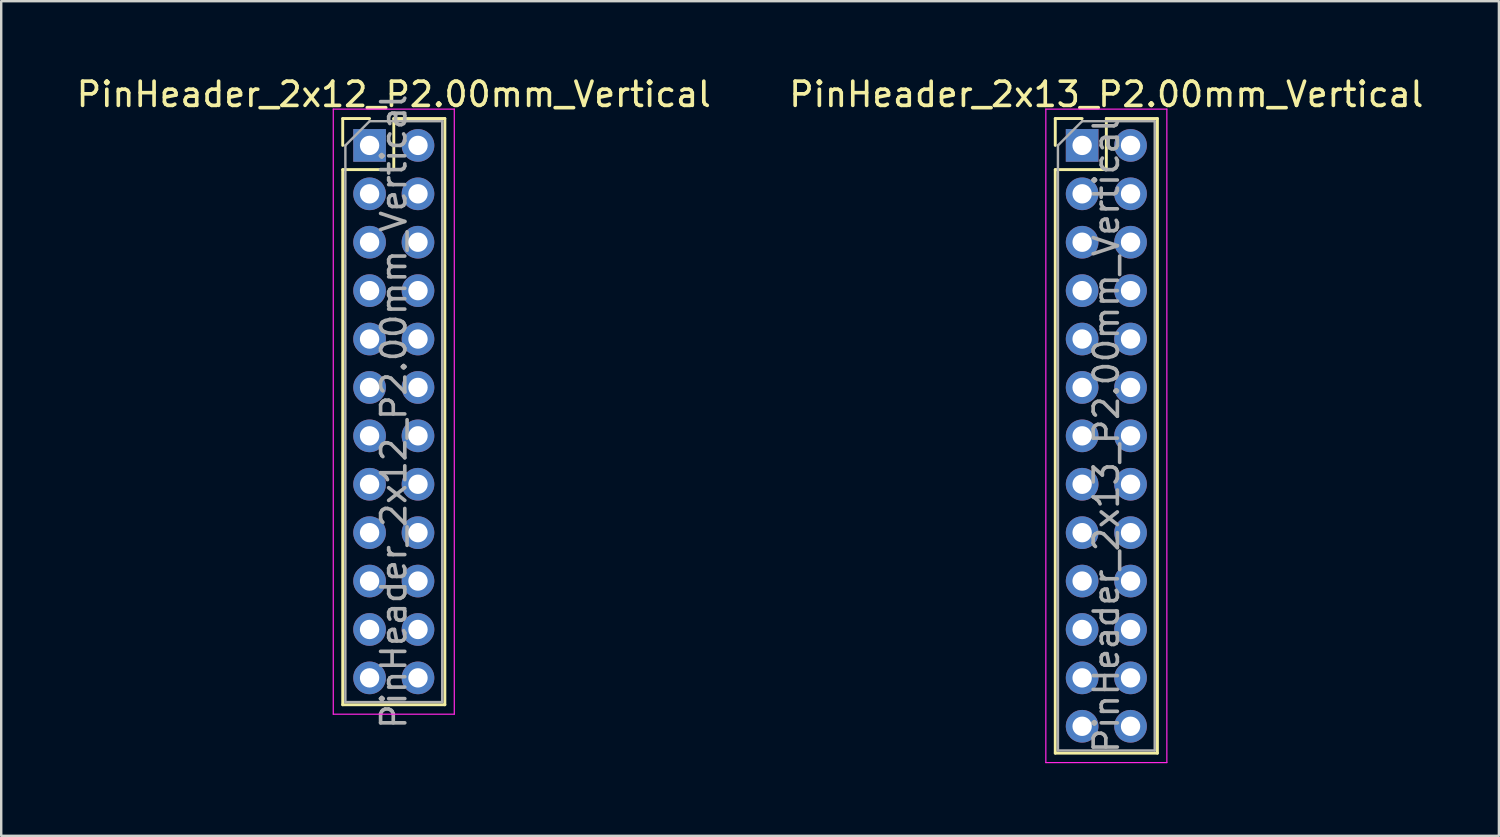
<source format=kicad_pcb>
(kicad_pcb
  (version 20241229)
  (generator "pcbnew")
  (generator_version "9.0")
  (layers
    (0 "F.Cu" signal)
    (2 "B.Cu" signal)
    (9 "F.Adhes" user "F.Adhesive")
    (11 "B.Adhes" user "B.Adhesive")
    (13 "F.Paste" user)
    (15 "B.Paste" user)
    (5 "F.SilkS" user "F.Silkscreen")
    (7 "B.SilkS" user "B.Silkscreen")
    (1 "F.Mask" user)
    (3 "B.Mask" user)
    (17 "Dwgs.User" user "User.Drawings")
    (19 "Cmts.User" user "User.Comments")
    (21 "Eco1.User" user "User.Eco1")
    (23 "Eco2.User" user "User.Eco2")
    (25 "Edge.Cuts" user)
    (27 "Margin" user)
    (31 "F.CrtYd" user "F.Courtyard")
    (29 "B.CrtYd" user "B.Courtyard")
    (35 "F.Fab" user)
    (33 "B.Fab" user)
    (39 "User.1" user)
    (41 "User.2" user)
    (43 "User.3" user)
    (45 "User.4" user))
  (footprint "PinHeader_2x12_P2.00mm_Vertical"
    (layer "F.Cu")
    (at 12.22 2.958)
    (property "Reference" "PinHeader_2x12_P2.00mm_Vertical" (at 1 -2.11 0) (layer "F.SilkS") (effects (font (size 1 1) (thickness 0.15))))
    (attr through_hole)
    (fp_line (start -1.11 -1.11) (end 0 -1.11) (stroke (width 0.12) (type solid)) (layer "F.SilkS"))
    (fp_line (start -1.11 0) (end -1.11 -1.11) (stroke (width 0.12) (type solid)) (layer "F.SilkS"))
    (fp_line (start -1.11 1) (end -1.11 23.11) (stroke (width 0.12) (type solid)) (layer "F.SilkS"))
    (fp_line (start -1.11 1) (end 1 1) (stroke (width 0.12) (type solid)) (layer "F.SilkS"))
    (fp_line (start -1.11 23.11) (end 3.11 23.11) (stroke (width 0.12) (type solid)) (layer "F.SilkS"))
    (fp_line (start 1 -1.11) (end 3.11 -1.11) (stroke (width 0.12) (type solid)) (layer "F.SilkS"))
    (fp_line (start 1 1) (end 1 -1.11) (stroke (width 0.12) (type solid)) (layer "F.SilkS"))
    (fp_line (start 3.11 -1.11) (end 3.11 23.11) (stroke (width 0.12) (type solid)) (layer "F.SilkS"))
    (fp_line (start -1.5 -1.5) (end -1.5 23.5) (stroke (width 0.05) (type solid)) (layer "F.CrtYd"))
    (fp_line (start -1.5 23.5) (end 3.5 23.5) (stroke (width 0.05) (type solid)) (layer "F.CrtYd"))
    (fp_line (start 3.5 -1.5) (end -1.5 -1.5) (stroke (width 0.05) (type solid)) (layer "F.CrtYd"))
    (fp_line (start 3.5 23.5) (end 3.5 -1.5) (stroke (width 0.05) (type solid)) (layer "F.CrtYd"))
    (fp_line (start -1 0) (end 0 -1) (stroke (width 0.1) (type solid)) (layer "F.Fab"))
    (fp_line (start -1 23) (end -1 0) (stroke (width 0.1) (type solid)) (layer "F.Fab"))
    (fp_line (start 0 -1) (end 3 -1) (stroke (width 0.1) (type solid)) (layer "F.Fab"))
    (fp_line (start 3 -1) (end 3 23) (stroke (width 0.1) (type solid)) (layer "F.Fab"))
    (fp_line (start 3 23) (end -1 23) (stroke (width 0.1) (type solid)) (layer "F.Fab"))
    (fp_text user "${REFERENCE}" (at 1 11 90) (layer "F.Fab") (effects (font (size 1 1) (thickness 0.15))))
    (pad "1" thru_hole rect (at 0 0) (size 1.35 1.35) (drill 0.8) (layers "*.Cu" "*.Mask"))
    (pad "2" thru_hole circle (at 2 0) (size 1.35 1.35) (drill 0.8) (layers "*.Cu" "*.Mask"))
    (pad "3" thru_hole circle (at 0 2) (size 1.35 1.35) (drill 0.8) (layers "*.Cu" "*.Mask"))
    (pad "4" thru_hole circle (at 2 2) (size 1.35 1.35) (drill 0.8) (layers "*.Cu" "*.Mask"))
    (pad "5" thru_hole circle (at 0 4) (size 1.35 1.35) (drill 0.8) (layers "*.Cu" "*.Mask"))
    (pad "6" thru_hole circle (at 2 4) (size 1.35 1.35) (drill 0.8) (layers "*.Cu" "*.Mask"))
    (pad "7" thru_hole circle (at 0 6) (size 1.35 1.35) (drill 0.8) (layers "*.Cu" "*.Mask"))
    (pad "8" thru_hole circle (at 2 6) (size 1.35 1.35) (drill 0.8) (layers "*.Cu" "*.Mask"))
    (pad "9" thru_hole circle (at 0 8) (size 1.35 1.35) (drill 0.8) (layers "*.Cu" "*.Mask"))
    (pad "10" thru_hole circle (at 2 8) (size 1.35 1.35) (drill 0.8) (layers "*.Cu" "*.Mask"))
    (pad "11" thru_hole circle (at 0 10) (size 1.35 1.35) (drill 0.8) (layers "*.Cu" "*.Mask"))
    (pad "12" thru_hole circle (at 2 10) (size 1.35 1.35) (drill 0.8) (layers "*.Cu" "*.Mask"))
    (pad "13" thru_hole circle (at 0 12) (size 1.35 1.35) (drill 0.8) (layers "*.Cu" "*.Mask"))
    (pad "14" thru_hole circle (at 2 12) (size 1.35 1.35) (drill 0.8) (layers "*.Cu" "*.Mask"))
    (pad "15" thru_hole circle (at 0 14) (size 1.35 1.35) (drill 0.8) (layers "*.Cu" "*.Mask"))
    (pad "16" thru_hole circle (at 2 14) (size 1.35 1.35) (drill 0.8) (layers "*.Cu" "*.Mask"))
    (pad "17" thru_hole circle (at 0 16) (size 1.35 1.35) (drill 0.8) (layers "*.Cu" "*.Mask"))
    (pad "18" thru_hole circle (at 2 16) (size 1.35 1.35) (drill 0.8) (layers "*.Cu" "*.Mask"))
    (pad "19" thru_hole circle (at 0 18) (size 1.35 1.35) (drill 0.8) (layers "*.Cu" "*.Mask"))
    (pad "20" thru_hole circle (at 2 18) (size 1.35 1.35) (drill 0.8) (layers "*.Cu" "*.Mask"))
    (pad "21" thru_hole circle (at 0 20) (size 1.35 1.35) (drill 0.8) (layers "*.Cu" "*.Mask"))
    (pad "22" thru_hole circle (at 2 20) (size 1.35 1.35) (drill 0.8) (layers "*.Cu" "*.Mask"))
    (pad "23" thru_hole circle (at 0 22) (size 1.35 1.35) (drill 0.8) (layers "*.Cu" "*.Mask"))
    (pad "24" thru_hole circle (at 2 22) (size 1.35 1.35) (drill 0.8) (layers "*.Cu" "*.Mask")))
  (footprint "PinHeader_2x13_P2.00mm_Vertical"
    (layer "F.Cu")
    (at 41.661 2.958)
    (property "Reference" "PinHeader_2x13_P2.00mm_Vertical" (at 1 -2.11 0) (layer "F.SilkS") (effects (font (size 1 1) (thickness 0.15))))
    (attr through_hole)
    (fp_line (start -1.11 -1.11) (end 0 -1.11) (stroke (width 0.12) (type solid)) (layer "F.SilkS"))
    (fp_line (start -1.11 0) (end -1.11 -1.11) (stroke (width 0.12) (type solid)) (layer "F.SilkS"))
    (fp_line (start -1.11 1) (end -1.11 25.11) (stroke (width 0.12) (type solid)) (layer "F.SilkS"))
    (fp_line (start -1.11 1) (end 1 1) (stroke (width 0.12) (type solid)) (layer "F.SilkS"))
    (fp_line (start -1.11 25.11) (end 3.11 25.11) (stroke (width 0.12) (type solid)) (layer "F.SilkS"))
    (fp_line (start 1 -1.11) (end 3.11 -1.11) (stroke (width 0.12) (type solid)) (layer "F.SilkS"))
    (fp_line (start 1 1) (end 1 -1.11) (stroke (width 0.12) (type solid)) (layer "F.SilkS"))
    (fp_line (start 3.11 -1.11) (end 3.11 25.11) (stroke (width 0.12) (type solid)) (layer "F.SilkS"))
    (fp_line (start -1.5 -1.5) (end -1.5 25.5) (stroke (width 0.05) (type solid)) (layer "F.CrtYd"))
    (fp_line (start -1.5 25.5) (end 3.5 25.5) (stroke (width 0.05) (type solid)) (layer "F.CrtYd"))
    (fp_line (start 3.5 -1.5) (end -1.5 -1.5) (stroke (width 0.05) (type solid)) (layer "F.CrtYd"))
    (fp_line (start 3.5 25.5) (end 3.5 -1.5) (stroke (width 0.05) (type solid)) (layer "F.CrtYd"))
    (fp_line (start -1 0) (end 0 -1) (stroke (width 0.1) (type solid)) (layer "F.Fab"))
    (fp_line (start -1 25) (end -1 0) (stroke (width 0.1) (type solid)) (layer "F.Fab"))
    (fp_line (start 0 -1) (end 3 -1) (stroke (width 0.1) (type solid)) (layer "F.Fab"))
    (fp_line (start 3 -1) (end 3 25) (stroke (width 0.1) (type solid)) (layer "F.Fab"))
    (fp_line (start 3 25) (end -1 25) (stroke (width 0.1) (type solid)) (layer "F.Fab"))
    (fp_text user "${REFERENCE}" (at 1 12 90) (layer "F.Fab") (effects (font (size 1 1) (thickness 0.15))))
    (pad "1" thru_hole rect (at 0 0) (size 1.35 1.35) (drill 0.8) (layers "*.Cu" "*.Mask"))
    (pad "2" thru_hole circle (at 2 0) (size 1.35 1.35) (drill 0.8) (layers "*.Cu" "*.Mask"))
    (pad "3" thru_hole circle (at 0 2) (size 1.35 1.35) (drill 0.8) (layers "*.Cu" "*.Mask"))
    (pad "4" thru_hole circle (at 2 2) (size 1.35 1.35) (drill 0.8) (layers "*.Cu" "*.Mask"))
    (pad "5" thru_hole circle (at 0 4) (size 1.35 1.35) (drill 0.8) (layers "*.Cu" "*.Mask"))
    (pad "6" thru_hole circle (at 2 4) (size 1.35 1.35) (drill 0.8) (layers "*.Cu" "*.Mask"))
    (pad "7" thru_hole circle (at 0 6) (size 1.35 1.35) (drill 0.8) (layers "*.Cu" "*.Mask"))
    (pad "8" thru_hole circle (at 2 6) (size 1.35 1.35) (drill 0.8) (layers "*.Cu" "*.Mask"))
    (pad "9" thru_hole circle (at 0 8) (size 1.35 1.35) (drill 0.8) (layers "*.Cu" "*.Mask"))
    (pad "10" thru_hole circle (at 2 8) (size 1.35 1.35) (drill 0.8) (layers "*.Cu" "*.Mask"))
    (pad "11" thru_hole circle (at 0 10) (size 1.35 1.35) (drill 0.8) (layers "*.Cu" "*.Mask"))
    (pad "12" thru_hole circle (at 2 10) (size 1.35 1.35) (drill 0.8) (layers "*.Cu" "*.Mask"))
    (pad "13" thru_hole circle (at 0 12) (size 1.35 1.35) (drill 0.8) (layers "*.Cu" "*.Mask"))
    (pad "14" thru_hole circle (at 2 12) (size 1.35 1.35) (drill 0.8) (layers "*.Cu" "*.Mask"))
    (pad "15" thru_hole circle (at 0 14) (size 1.35 1.35) (drill 0.8) (layers "*.Cu" "*.Mask"))
    (pad "16" thru_hole circle (at 2 14) (size 1.35 1.35) (drill 0.8) (layers "*.Cu" "*.Mask"))
    (pad "17" thru_hole circle (at 0 16) (size 1.35 1.35) (drill 0.8) (layers "*.Cu" "*.Mask"))
    (pad "18" thru_hole circle (at 2 16) (size 1.35 1.35) (drill 0.8) (layers "*.Cu" "*.Mask"))
    (pad "19" thru_hole circle (at 0 18) (size 1.35 1.35) (drill 0.8) (layers "*.Cu" "*.Mask"))
    (pad "20" thru_hole circle (at 2 18) (size 1.35 1.35) (drill 0.8) (layers "*.Cu" "*.Mask"))
    (pad "21" thru_hole circle (at 0 20) (size 1.35 1.35) (drill 0.8) (layers "*.Cu" "*.Mask"))
    (pad "22" thru_hole circle (at 2 20) (size 1.35 1.35) (drill 0.8) (layers "*.Cu" "*.Mask"))
    (pad "23" thru_hole circle (at 0 22) (size 1.35 1.35) (drill 0.8) (layers "*.Cu" "*.Mask"))
    (pad "24" thru_hole circle (at 2 22) (size 1.35 1.35) (drill 0.8) (layers "*.Cu" "*.Mask"))
    (pad "25" thru_hole circle (at 0 24) (size 1.35 1.35) (drill 0.8) (layers "*.Cu" "*.Mask"))
    (pad "26" thru_hole circle (at 2 24) (size 1.35 1.35) (drill 0.8) (layers "*.Cu" "*.Mask")))
  (gr_rect
    (start -3 -3)
    (end 58.881 31.483)
    (stroke (width 0.1) (type default))
    (fill no)
    (layer "Edge.Cuts")))
</source>
